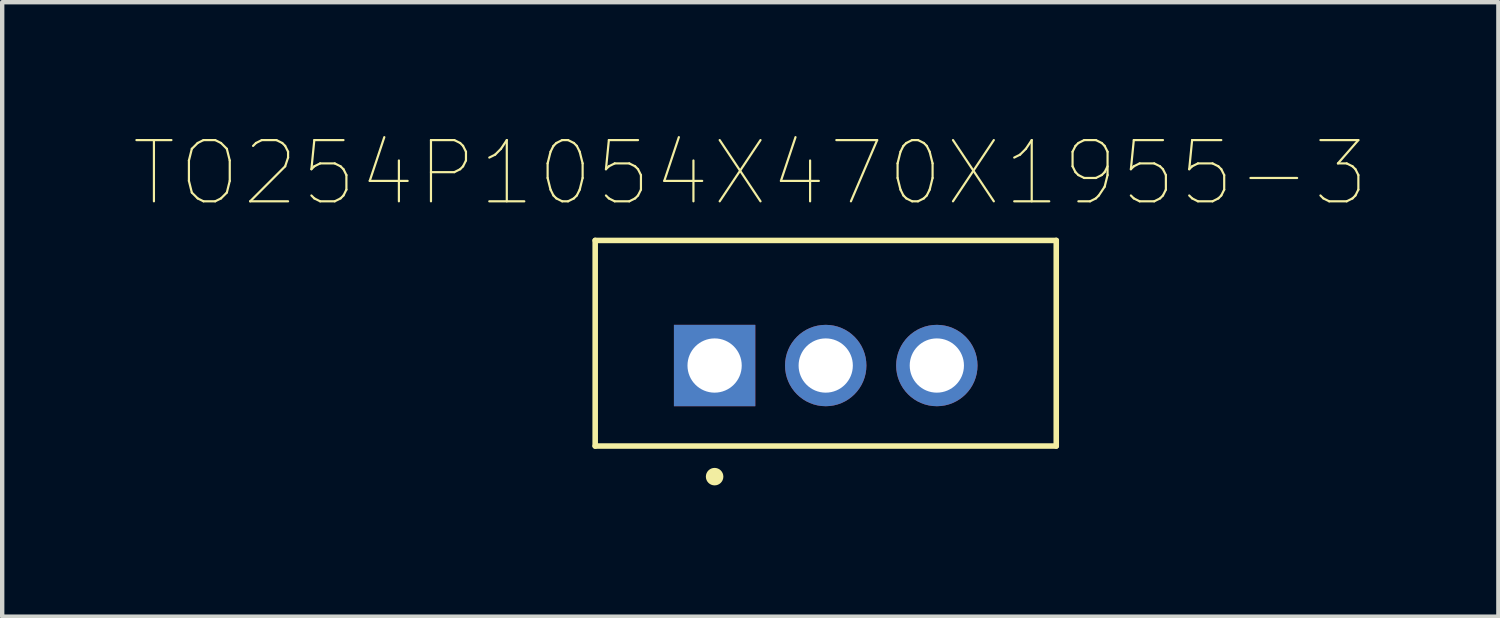
<source format=kicad_pcb>
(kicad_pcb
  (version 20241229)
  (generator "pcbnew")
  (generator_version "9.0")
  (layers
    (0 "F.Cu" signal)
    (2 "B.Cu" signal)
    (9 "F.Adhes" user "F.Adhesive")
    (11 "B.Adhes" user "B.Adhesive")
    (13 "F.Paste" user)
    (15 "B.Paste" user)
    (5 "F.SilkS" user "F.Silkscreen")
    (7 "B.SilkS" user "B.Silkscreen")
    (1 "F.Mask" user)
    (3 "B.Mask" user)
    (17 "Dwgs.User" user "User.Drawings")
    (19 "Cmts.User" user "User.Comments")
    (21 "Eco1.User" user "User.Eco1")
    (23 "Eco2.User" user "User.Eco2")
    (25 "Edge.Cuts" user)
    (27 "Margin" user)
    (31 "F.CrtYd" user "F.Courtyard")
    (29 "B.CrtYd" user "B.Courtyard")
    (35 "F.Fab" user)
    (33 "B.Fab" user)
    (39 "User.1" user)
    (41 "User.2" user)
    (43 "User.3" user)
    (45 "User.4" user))
  (footprint "TO254P1054X470X1955-3"
    (layer "F.Cu")
    (at 15.826 5.306)
    (property "Reference" "TO254P1054X470X1955-3" (at -1.724 -4.399 0) (layer "F.SilkS") (effects (font (size 1.4 1.4) (thickness 0.05))))
    (attr through_hole exclude_from_pos_files)
    (fp_line (start -5.27 -2.86) (end -5.27 1.84) (stroke (width 0.127) (type solid)) (layer "F.SilkS"))
    (fp_line (start -5.27 1.84) (end 5.27 1.84) (stroke (width 0.127) (type solid)) (layer "F.SilkS"))
    (fp_line (start 5.27 -2.86) (end -5.27 -2.86) (stroke (width 0.127) (type solid)) (layer "F.SilkS"))
    (fp_line (start 5.27 1.84) (end 5.27 -2.86) (stroke (width 0.127) (type solid)) (layer "F.SilkS"))
    (fp_circle (center -2.54 2.54) (end -2.44 2.54) (stroke (width 0.2) (type solid)) (fill no) (layer "F.SilkS"))
    (fp_line (start -5.52 -3.11) (end -5.52 2.09) (stroke (width 0.05) (type solid)) (layer "Eco1.User"))
    (fp_line (start -5.52 2.09) (end 5.52 2.09) (stroke (width 0.05) (type solid)) (layer "Eco1.User"))
    (fp_line (start 5.52 -3.11) (end -5.52 -3.11) (stroke (width 0.05) (type solid)) (layer "Eco1.User"))
    (fp_line (start 5.52 2.09) (end 5.52 -3.11) (stroke (width 0.05) (type solid)) (layer "Eco1.User"))
    (fp_line (start -5.27 -2.86) (end -5.27 1.84) (stroke (width 0.127) (type solid)) (layer "Eco2.User"))
    (fp_line (start -5.27 1.84) (end 5.27 1.84) (stroke (width 0.127) (type solid)) (layer "Eco2.User"))
    (fp_line (start 5.27 -2.86) (end -5.27 -2.86) (stroke (width 0.127) (type solid)) (layer "Eco2.User"))
    (fp_line (start 5.27 1.84) (end 5.27 -2.86) (stroke (width 0.127) (type solid)) (layer "Eco2.User"))
    (fp_circle (center -2.54 2.54) (end -2.44 2.54) (stroke (width 0.2) (type solid)) (fill no) (layer "Eco2.User"))
    (pad "1" thru_hole rect (at -2.54 0) (size 1.86 1.86) (drill 1.24) (layers "*.Cu" "*.Mask"))
    (pad "2" thru_hole circle (at 0 0) (size 1.86 1.86) (drill 1.24) (layers "*.Cu" "*.Mask"))
    (pad "3" thru_hole circle (at 2.54 0) (size 1.86 1.86) (drill 1.24) (layers "*.Cu" "*.Mask")))
  (gr_rect
    (start -3 -3)
    (end 31.203 11.046)
    (stroke (width 0.1) (type default))
    (fill no)
    (layer "Edge.Cuts")))
</source>
